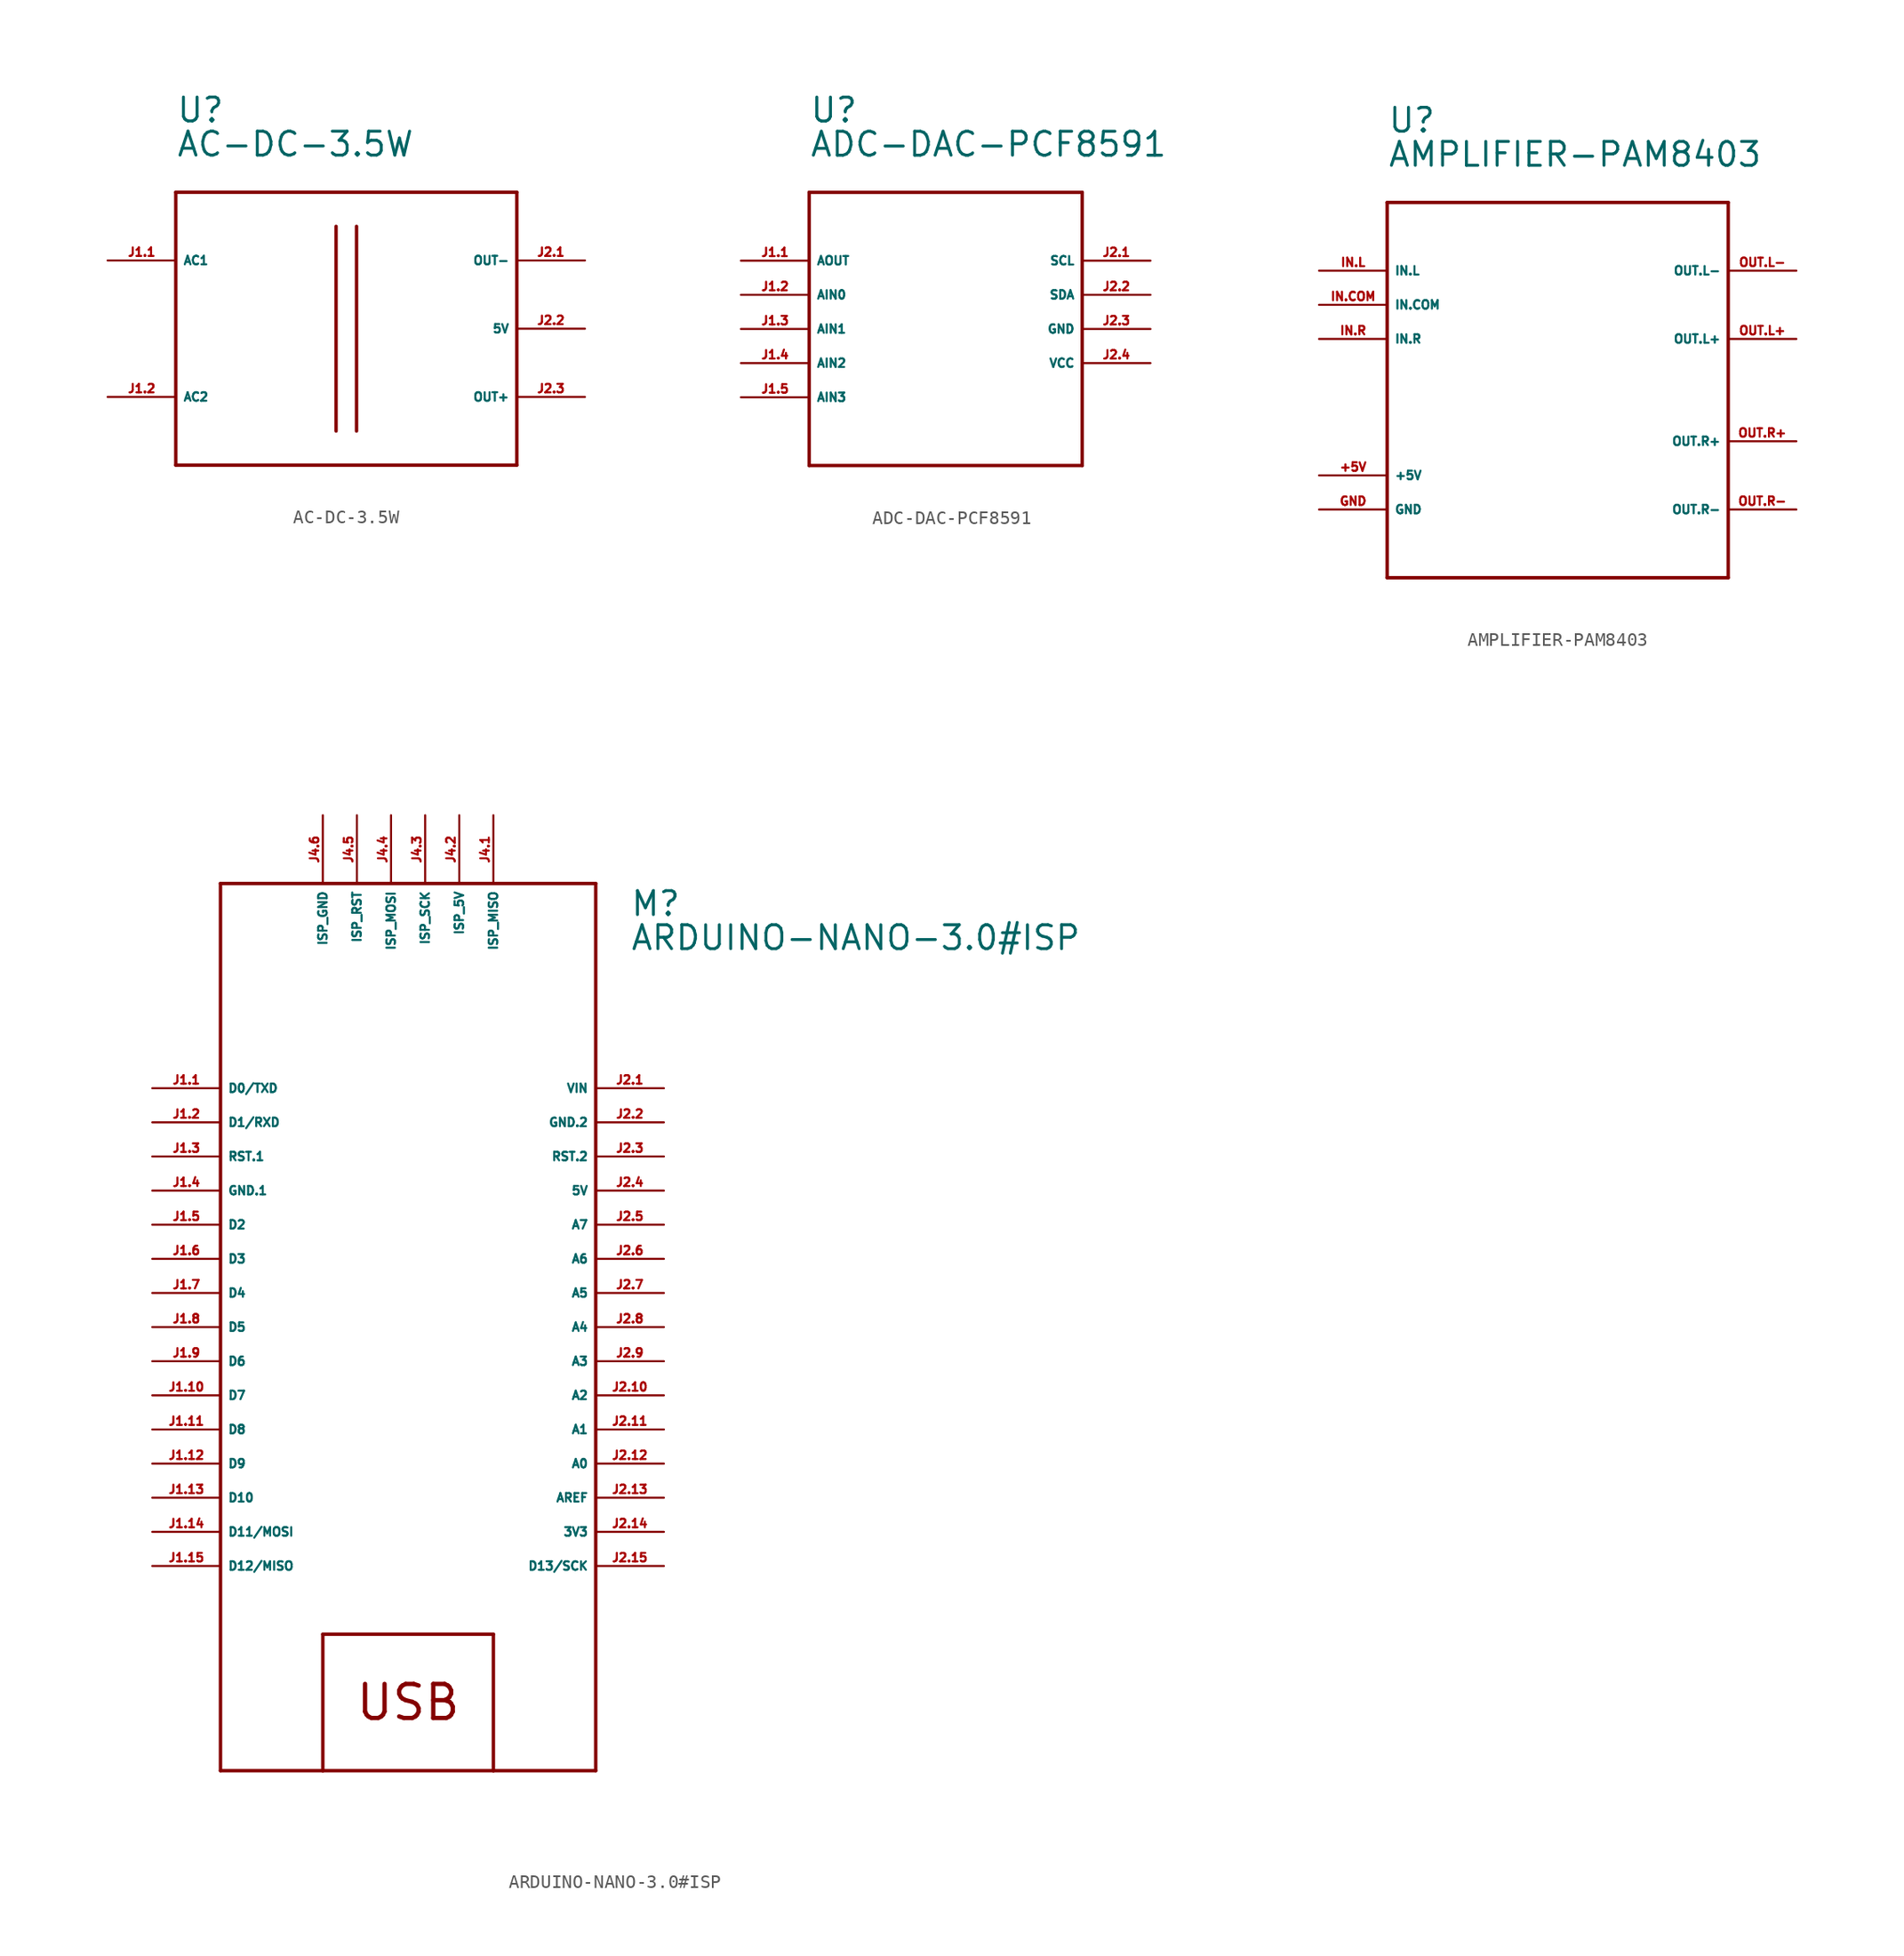
<source format=kicad_sym>
(kicad_symbol_lib
  (version 20220914)
  (generator Eagle2Kicad)
  (symbol "AC-DC-3.5W"
    (property "Reference" "U"
      (at -12.7 15.24 0)
      (effects (font (size 1.778 1.778) (thickness 0.22)) (justify left bottom)))
    (property "Value" "AC-DC-3.5W"
      (at -12.7 12.7 0)
      (effects (font (size 1.778 1.778) (thickness 0.22)) (justify left bottom)))
    (polyline
      (pts (xy -12.7 10.16) (xy 12.7 10.16))
      (stroke (width 0.254) (type default))
      (fill (type none)))
    (polyline
      (pts (xy 12.7 10.16) (xy 12.7 -10.16))
      (stroke (width 0.254) (type default))
      (fill (type none)))
    (polyline
      (pts (xy 12.7 -10.16) (xy -12.7 -10.16))
      (stroke (width 0.254) (type default))
      (fill (type none)))
    (polyline
      (pts (xy -12.7 -10.16) (xy -12.7 10.16))
      (stroke (width 0.254) (type default))
      (fill (type none)))
    (polyline
      (pts (xy -0.762 7.62) (xy -0.762 -7.62))
      (stroke (width 0.254) (type default))
      (fill (type none)))
    (polyline
      (pts (xy 0.762 7.62) (xy 0.762 -7.62))
      (stroke (width 0.254) (type default))
      (fill (type none)))
    (pin bidirectional line
      (at -17.78 5.08 0)
      (length 5.08)
      (name "AC1" (effects (font (size 0.635 0.635) (thickness 0.08)) (justify left bottom)))
      (number "J1.1" (effects (font (size 0.635 0.635) (thickness 0.08)) (justify left bottom))))
    (pin bidirectional line
      (at -17.78 -5.08 0)
      (length 5.08)
      (name "AC2" (effects (font (size 0.635 0.635) (thickness 0.08)) (justify left bottom)))
      (number "J1.2" (effects (font (size 0.635 0.635) (thickness 0.08)) (justify left bottom))))
    (pin bidirectional line
      (at 17.78 5.08 180)
      (length 5.08)
      (name "OUT-" (effects (font (size 0.635 0.635) (thickness 0.08)) (justify left bottom)))
      (number "J2.1" (effects (font (size 0.635 0.635) (thickness 0.08)) (justify left bottom))))
    (pin bidirectional line
      (at 17.78 -5.08 180)
      (length 5.08)
      (name "OUT+" (effects (font (size 0.635 0.635) (thickness 0.08)) (justify left bottom)))
      (number "J2.3" (effects (font (size 0.635 0.635) (thickness 0.08)) (justify left bottom))))
    (pin bidirectional line
      (at 17.78 0 180)
      (length 5.08)
      (name "5V" (effects (font (size 0.635 0.635) (thickness 0.08)) (justify left bottom)))
      (number "J2.2" (effects (font (size 0.635 0.635) (thickness 0.08)) (justify left bottom)))))
  (symbol "ADC-DAC-PCF8591"
    (property "Reference" "U"
      (at -10.16 15.24 0)
      (effects (font (size 1.778 1.778) (thickness 0.22)) (justify left bottom)))
    (property "Value" "ADC-DAC-PCF8591"
      (at -10.16 12.7 0)
      (effects (font (size 1.778 1.778) (thickness 0.22)) (justify left bottom)))
    (polyline
      (pts (xy -10.16 10.16) (xy 10.16 10.16))
      (stroke (width 0.254) (type default))
      (fill (type none)))
    (polyline
      (pts (xy 10.16 10.16) (xy 10.16 -10.16))
      (stroke (width 0.254) (type default))
      (fill (type none)))
    (polyline
      (pts (xy 10.16 -10.16) (xy -10.16 -10.16))
      (stroke (width 0.254) (type default))
      (fill (type none)))
    (polyline
      (pts (xy -10.16 -10.16) (xy -10.16 10.16))
      (stroke (width 0.254) (type default))
      (fill (type none)))
    (pin bidirectional line
      (at -15.24 5.08 0)
      (length 5.08)
      (name "AOUT" (effects (font (size 0.635 0.635) (thickness 0.08)) (justify left bottom)))
      (number "J1.1" (effects (font (size 0.635 0.635) (thickness 0.08)) (justify left bottom))))
    (pin bidirectional line
      (at -15.24 2.54 0)
      (length 5.08)
      (name "AIN0" (effects (font (size 0.635 0.635) (thickness 0.08)) (justify left bottom)))
      (number "J1.2" (effects (font (size 0.635 0.635) (thickness 0.08)) (justify left bottom))))
    (pin bidirectional line
      (at -15.24 0 0)
      (length 5.08)
      (name "AIN1" (effects (font (size 0.635 0.635) (thickness 0.08)) (justify left bottom)))
      (number "J1.3" (effects (font (size 0.635 0.635) (thickness 0.08)) (justify left bottom))))
    (pin bidirectional line
      (at -15.24 -2.54 0)
      (length 5.08)
      (name "AIN2" (effects (font (size 0.635 0.635) (thickness 0.08)) (justify left bottom)))
      (number "J1.4" (effects (font (size 0.635 0.635) (thickness 0.08)) (justify left bottom))))
    (pin bidirectional line
      (at -15.24 -5.08 0)
      (length 5.08)
      (name "AIN3" (effects (font (size 0.635 0.635) (thickness 0.08)) (justify left bottom)))
      (number "J1.5" (effects (font (size 0.635 0.635) (thickness 0.08)) (justify left bottom))))
    (pin bidirectional line
      (at 15.24 5.08 180)
      (length 5.08)
      (name "SCL" (effects (font (size 0.635 0.635) (thickness 0.08)) (justify left bottom)))
      (number "J2.1" (effects (font (size 0.635 0.635) (thickness 0.08)) (justify left bottom))))
    (pin bidirectional line
      (at 15.24 2.54 180)
      (length 5.08)
      (name "SDA" (effects (font (size 0.635 0.635) (thickness 0.08)) (justify left bottom)))
      (number "J2.2" (effects (font (size 0.635 0.635) (thickness 0.08)) (justify left bottom))))
    (pin unspecified line
      (at 15.24 0 180)
      (length 5.08)
      (name "GND" (effects (font (size 0.635 0.635) (thickness 0.08)) (justify left bottom)))
      (number "J2.3" (effects (font (size 0.635 0.635) (thickness 0.08)) (justify left bottom))))
    (pin unspecified line
      (at 15.24 -2.54 180)
      (length 5.08)
      (name "VCC" (effects (font (size 0.635 0.635) (thickness 0.08)) (justify left bottom)))
      (number "J2.4" (effects (font (size 0.635 0.635) (thickness 0.08)) (justify left bottom)))))
  (symbol "AMPLIFIER-PAM8403"
    (property "Reference" "U"
      (at -12.7 17.78 0)
      (effects (font (size 1.778 1.778) (thickness 0.22)) (justify left bottom)))
    (property "Value" "AMPLIFIER-PAM8403"
      (at -12.7 15.24 0)
      (effects (font (size 1.778 1.778) (thickness 0.22)) (justify left bottom)))
    (polyline
      (pts (xy -12.7 12.7) (xy 12.7 12.7))
      (stroke (width 0.254) (type default))
      (fill (type none)))
    (polyline
      (pts (xy 12.7 12.7) (xy 12.7 -15.24))
      (stroke (width 0.254) (type default))
      (fill (type none)))
    (polyline
      (pts (xy 12.7 -15.24) (xy -12.7 -15.24))
      (stroke (width 0.254) (type default))
      (fill (type none)))
    (polyline
      (pts (xy -12.7 -15.24) (xy -12.7 12.7))
      (stroke (width 0.254) (type default))
      (fill (type none)))
    (pin input line
      (at -17.78 7.62 0)
      (length 5.08)
      (name "IN.L" (effects (font (size 0.635 0.635) (thickness 0.08)) (justify left bottom)))
      (number "IN.L" (effects (font (size 0.635 0.635) (thickness 0.08)) (justify left bottom))))
    (pin input line
      (at -17.78 5.08 0)
      (length 5.08)
      (name "IN.COM" (effects (font (size 0.635 0.635) (thickness 0.08)) (justify left bottom)))
      (number "IN.COM" (effects (font (size 0.635 0.635) (thickness 0.08)) (justify left bottom))))
    (pin bidirectional line
      (at -17.78 2.54 0)
      (length 5.08)
      (name "IN.R" (effects (font (size 0.635 0.635) (thickness 0.08)) (justify left bottom)))
      (number "IN.R" (effects (font (size 0.635 0.635) (thickness 0.08)) (justify left bottom))))
    (pin unspecified line
      (at -17.78 -7.62 0)
      (length 5.08)
      (name "+5V" (effects (font (size 0.635 0.635) (thickness 0.08)) (justify left bottom)))
      (number "+5V" (effects (font (size 0.635 0.635) (thickness 0.08)) (justify left bottom))))
    (pin unspecified line
      (at -17.78 -10.16 0)
      (length 5.08)
      (name "GND" (effects (font (size 0.635 0.635) (thickness 0.08)) (justify left bottom)))
      (number "GND" (effects (font (size 0.635 0.635) (thickness 0.08)) (justify left bottom))))
    (pin output line
      (at 17.78 7.62 180)
      (length 5.08)
      (name "OUT.L-" (effects (font (size 0.635 0.635) (thickness 0.08)) (justify left bottom)))
      (number "OUT.L-" (effects (font (size 0.635 0.635) (thickness 0.08)) (justify left bottom))))
    (pin output line
      (at 17.78 2.54 180)
      (length 5.08)
      (name "OUT.L+" (effects (font (size 0.635 0.635) (thickness 0.08)) (justify left bottom)))
      (number "OUT.L+" (effects (font (size 0.635 0.635) (thickness 0.08)) (justify left bottom))))
    (pin output line
      (at 17.78 -5.08 180)
      (length 5.08)
      (name "OUT.R+" (effects (font (size 0.635 0.635) (thickness 0.08)) (justify left bottom)))
      (number "OUT.R+" (effects (font (size 0.635 0.635) (thickness 0.08)) (justify left bottom))))
    (pin output line
      (at 17.78 -10.16 180)
      (length 5.08)
      (name "OUT.R-" (effects (font (size 0.635 0.635) (thickness 0.08)) (justify left bottom)))
      (number "OUT.R-" (effects (font (size 0.635 0.635) (thickness 0.08)) (justify left bottom)))))
  (symbol "ARDUINO-NANO-3.0#ISP"
    (property "Reference" "M"
      (at 15.24 30.48 0)
      (effects (font (size 1.778 1.778) (thickness 0.22)) (justify left bottom)))
    (property "Value" "ARDUINO-NANO-3.0#ISP"
      (at 15.24 27.94 0)
      (effects (font (size 1.778 1.778) (thickness 0.22)) (justify left bottom)))
    (polyline
      (pts (xy -15.24 33.02) (xy 12.7 33.02))
      (stroke (width 0.254) (type default))
      (fill (type none)))
    (polyline
      (pts (xy 12.7 33.02) (xy 12.7 -33.02))
      (stroke (width 0.254) (type default))
      (fill (type none)))
    (polyline
      (pts (xy 12.7 -33.02) (xy 5.08 -33.02))
      (stroke (width 0.254) (type default))
      (fill (type none)))
    (polyline
      (pts (xy 5.08 -33.02) (xy -7.62 -33.02))
      (stroke (width 0.254) (type default))
      (fill (type none)))
    (polyline
      (pts (xy -7.62 -33.02) (xy -15.24 -33.02))
      (stroke (width 0.254) (type default))
      (fill (type none)))
    (polyline
      (pts (xy -15.24 -33.02) (xy -15.24 33.02))
      (stroke (width 0.254) (type default))
      (fill (type none)))
    (polyline
      (pts (xy -7.62 -33.02) (xy -7.62 -22.86))
      (stroke (width 0.254) (type default))
      (fill (type none)))
    (polyline
      (pts (xy -7.62 -22.86) (xy 5.08 -22.86))
      (stroke (width 0.254) (type default))
      (fill (type none)))
    (polyline
      (pts (xy 5.08 -22.86) (xy 5.08 -33.02))
      (stroke (width 0.254) (type default))
      (fill (type none)))
    (text "USB"
      (at -1.27 -27.94 0)
      (effects (font (size 2.54 2.54) (thickness 0.32))))
    (pin bidirectional line
      (at -20.32 17.78 0)
      (length 5.08)
      (name "D0/TXD" (effects (font (size 0.635 0.635) (thickness 0.08)) (justify left bottom)))
      (number "J1.1" (effects (font (size 0.635 0.635) (thickness 0.08)) (justify left bottom))))
    (pin bidirectional line
      (at -20.32 15.24 0)
      (length 5.08)
      (name "D1/RXD" (effects (font (size 0.635 0.635) (thickness 0.08)) (justify left bottom)))
      (number "J1.2" (effects (font (size 0.635 0.635) (thickness 0.08)) (justify left bottom))))
    (pin bidirectional line
      (at -20.32 12.7 0)
      (length 5.08)
      (name "RST.1" (effects (font (size 0.635 0.635) (thickness 0.08)) (justify left bottom)))
      (number "J1.3" (effects (font (size 0.635 0.635) (thickness 0.08)) (justify left bottom))))
    (pin unspecified line
      (at -20.32 10.16 0)
      (length 5.08)
      (name "GND.1" (effects (font (size 0.635 0.635) (thickness 0.08)) (justify left bottom)))
      (number "J1.4" (effects (font (size 0.635 0.635) (thickness 0.08)) (justify left bottom))))
    (pin bidirectional line
      (at -20.32 7.62 0)
      (length 5.08)
      (name "D2" (effects (font (size 0.635 0.635) (thickness 0.08)) (justify left bottom)))
      (number "J1.5" (effects (font (size 0.635 0.635) (thickness 0.08)) (justify left bottom))))
    (pin bidirectional line
      (at -20.32 5.08 0)
      (length 5.08)
      (name "D3" (effects (font (size 0.635 0.635) (thickness 0.08)) (justify left bottom)))
      (number "J1.6" (effects (font (size 0.635 0.635) (thickness 0.08)) (justify left bottom))))
    (pin bidirectional line
      (at -20.32 2.54 0)
      (length 5.08)
      (name "D4" (effects (font (size 0.635 0.635) (thickness 0.08)) (justify left bottom)))
      (number "J1.7" (effects (font (size 0.635 0.635) (thickness 0.08)) (justify left bottom))))
    (pin bidirectional line
      (at -20.32 0 0)
      (length 5.08)
      (name "D5" (effects (font (size 0.635 0.635) (thickness 0.08)) (justify left bottom)))
      (number "J1.8" (effects (font (size 0.635 0.635) (thickness 0.08)) (justify left bottom))))
    (pin bidirectional line
      (at -20.32 -2.54 0)
      (length 5.08)
      (name "D6" (effects (font (size 0.635 0.635) (thickness 0.08)) (justify left bottom)))
      (number "J1.9" (effects (font (size 0.635 0.635) (thickness 0.08)) (justify left bottom))))
    (pin bidirectional line
      (at -20.32 -5.08 0)
      (length 5.08)
      (name "D7" (effects (font (size 0.635 0.635) (thickness 0.08)) (justify left bottom)))
      (number "J1.10" (effects (font (size 0.635 0.635) (thickness 0.08)) (justify left bottom))))
    (pin bidirectional line
      (at -20.32 -7.62 0)
      (length 5.08)
      (name "D8" (effects (font (size 0.635 0.635) (thickness 0.08)) (justify left bottom)))
      (number "J1.11" (effects (font (size 0.635 0.635) (thickness 0.08)) (justify left bottom))))
    (pin bidirectional line
      (at -20.32 -10.16 0)
      (length 5.08)
      (name "D9" (effects (font (size 0.635 0.635) (thickness 0.08)) (justify left bottom)))
      (number "J1.12" (effects (font (size 0.635 0.635) (thickness 0.08)) (justify left bottom))))
    (pin bidirectional line
      (at -20.32 -12.7 0)
      (length 5.08)
      (name "D10" (effects (font (size 0.635 0.635) (thickness 0.08)) (justify left bottom)))
      (number "J1.13" (effects (font (size 0.635 0.635) (thickness 0.08)) (justify left bottom))))
    (pin bidirectional line
      (at -20.32 -15.24 0)
      (length 5.08)
      (name "D11/MOSI" (effects (font (size 0.635 0.635) (thickness 0.08)) (justify left bottom)))
      (number "J1.14" (effects (font (size 0.635 0.635) (thickness 0.08)) (justify left bottom))))
    (pin bidirectional line
      (at -20.32 -17.78 0)
      (length 5.08)
      (name "D12/MISO" (effects (font (size 0.635 0.635) (thickness 0.08)) (justify left bottom)))
      (number "J1.15" (effects (font (size 0.635 0.635) (thickness 0.08)) (justify left bottom))))
    (pin unspecified line
      (at 17.78 17.78 180)
      (length 5.08)
      (name "VIN" (effects (font (size 0.635 0.635) (thickness 0.08)) (justify left bottom)))
      (number "J2.1" (effects (font (size 0.635 0.635) (thickness 0.08)) (justify left bottom))))
    (pin unspecified line
      (at 17.78 15.24 180)
      (length 5.08)
      (name "GND.2" (effects (font (size 0.635 0.635) (thickness 0.08)) (justify left bottom)))
      (number "J2.2" (effects (font (size 0.635 0.635) (thickness 0.08)) (justify left bottom))))
    (pin bidirectional line
      (at 17.78 12.7 180)
      (length 5.08)
      (name "RST.2" (effects (font (size 0.635 0.635) (thickness 0.08)) (justify left bottom)))
      (number "J2.3" (effects (font (size 0.635 0.635) (thickness 0.08)) (justify left bottom))))
    (pin unspecified line
      (at 17.78 10.16 180)
      (length 5.08)
      (name "5V" (effects (font (size 0.635 0.635) (thickness 0.08)) (justify left bottom)))
      (number "J2.4" (effects (font (size 0.635 0.635) (thickness 0.08)) (justify left bottom))))
    (pin bidirectional line
      (at 17.78 7.62 180)
      (length 5.08)
      (name "A7" (effects (font (size 0.635 0.635) (thickness 0.08)) (justify left bottom)))
      (number "J2.5" (effects (font (size 0.635 0.635) (thickness 0.08)) (justify left bottom))))
    (pin bidirectional line
      (at 17.78 5.08 180)
      (length 5.08)
      (name "A6" (effects (font (size 0.635 0.635) (thickness 0.08)) (justify left bottom)))
      (number "J2.6" (effects (font (size 0.635 0.635) (thickness 0.08)) (justify left bottom))))
    (pin bidirectional line
      (at 17.78 2.54 180)
      (length 5.08)
      (name "A5" (effects (font (size 0.635 0.635) (thickness 0.08)) (justify left bottom)))
      (number "J2.7" (effects (font (size 0.635 0.635) (thickness 0.08)) (justify left bottom))))
    (pin bidirectional line
      (at 17.78 0 180)
      (length 5.08)
      (name "A4" (effects (font (size 0.635 0.635) (thickness 0.08)) (justify left bottom)))
      (number "J2.8" (effects (font (size 0.635 0.635) (thickness 0.08)) (justify left bottom))))
    (pin bidirectional line
      (at 17.78 -2.54 180)
      (length 5.08)
      (name "A3" (effects (font (size 0.635 0.635) (thickness 0.08)) (justify left bottom)))
      (number "J2.9" (effects (font (size 0.635 0.635) (thickness 0.08)) (justify left bottom))))
    (pin bidirectional line
      (at 17.78 -5.08 180)
      (length 5.08)
      (name "A2" (effects (font (size 0.635 0.635) (thickness 0.08)) (justify left bottom)))
      (number "J2.10" (effects (font (size 0.635 0.635) (thickness 0.08)) (justify left bottom))))
    (pin bidirectional line
      (at 17.78 -7.62 180)
      (length 5.08)
      (name "A1" (effects (font (size 0.635 0.635) (thickness 0.08)) (justify left bottom)))
      (number "J2.11" (effects (font (size 0.635 0.635) (thickness 0.08)) (justify left bottom))))
    (pin bidirectional line
      (at 17.78 -10.16 180)
      (length 5.08)
      (name "A0" (effects (font (size 0.635 0.635) (thickness 0.08)) (justify left bottom)))
      (number "J2.12" (effects (font (size 0.635 0.635) (thickness 0.08)) (justify left bottom))))
    (pin bidirectional line
      (at 17.78 -12.7 180)
      (length 5.08)
      (name "AREF" (effects (font (size 0.635 0.635) (thickness 0.08)) (justify left bottom)))
      (number "J2.13" (effects (font (size 0.635 0.635) (thickness 0.08)) (justify left bottom))))
    (pin unspecified line
      (at 17.78 -15.24 180)
      (length 5.08)
      (name "3V3" (effects (font (size 0.635 0.635) (thickness 0.08)) (justify left bottom)))
      (number "J2.14" (effects (font (size 0.635 0.635) (thickness 0.08)) (justify left bottom))))
    (pin bidirectional line
      (at 17.78 -17.78 180)
      (length 5.08)
      (name "D13/SCK" (effects (font (size 0.635 0.635) (thickness 0.08)) (justify left bottom)))
      (number "J2.15" (effects (font (size 0.635 0.635) (thickness 0.08)) (justify left bottom))))
    (pin bidirectional line
      (at 5.08 38.1 270)
      (length 5.08)
      (name "ISP_MISO" (effects (font (size 0.635 0.635) (thickness 0.08)) (justify left bottom)))
      (number "J4.1" (effects (font (size 0.635 0.635) (thickness 0.08)) (justify left bottom))))
    (pin bidirectional line
      (at 2.54 38.1 270)
      (length 5.08)
      (name "ISP_5V" (effects (font (size 0.635 0.635) (thickness 0.08)) (justify left bottom)))
      (number "J4.2" (effects (font (size 0.635 0.635) (thickness 0.08)) (justify left bottom))))
    (pin bidirectional line
      (at 0 38.1 270)
      (length 5.08)
      (name "ISP_SCK" (effects (font (size 0.635 0.635) (thickness 0.08)) (justify left bottom)))
      (number "J4.3" (effects (font (size 0.635 0.635) (thickness 0.08)) (justify left bottom))))
    (pin bidirectional line
      (at -2.54 38.1 270)
      (length 5.08)
      (name "ISP_MOSI" (effects (font (size 0.635 0.635) (thickness 0.08)) (justify left bottom)))
      (number "J4.4" (effects (font (size 0.635 0.635) (thickness 0.08)) (justify left bottom))))
    (pin bidirectional line
      (at -5.08 38.1 270)
      (length 5.08)
      (name "ISP_RST" (effects (font (size 0.635 0.635) (thickness 0.08)) (justify left bottom)))
      (number "J4.5" (effects (font (size 0.635 0.635) (thickness 0.08)) (justify left bottom))))
    (pin bidirectional line
      (at -7.62 38.1 270)
      (length 5.08)
      (name "ISP_GND" (effects (font (size 0.635 0.635) (thickness 0.08)) (justify left bottom)))
      (number "J4.6" (effects (font (size 0.635 0.635) (thickness 0.08)) (justify left bottom))))))
</source>
